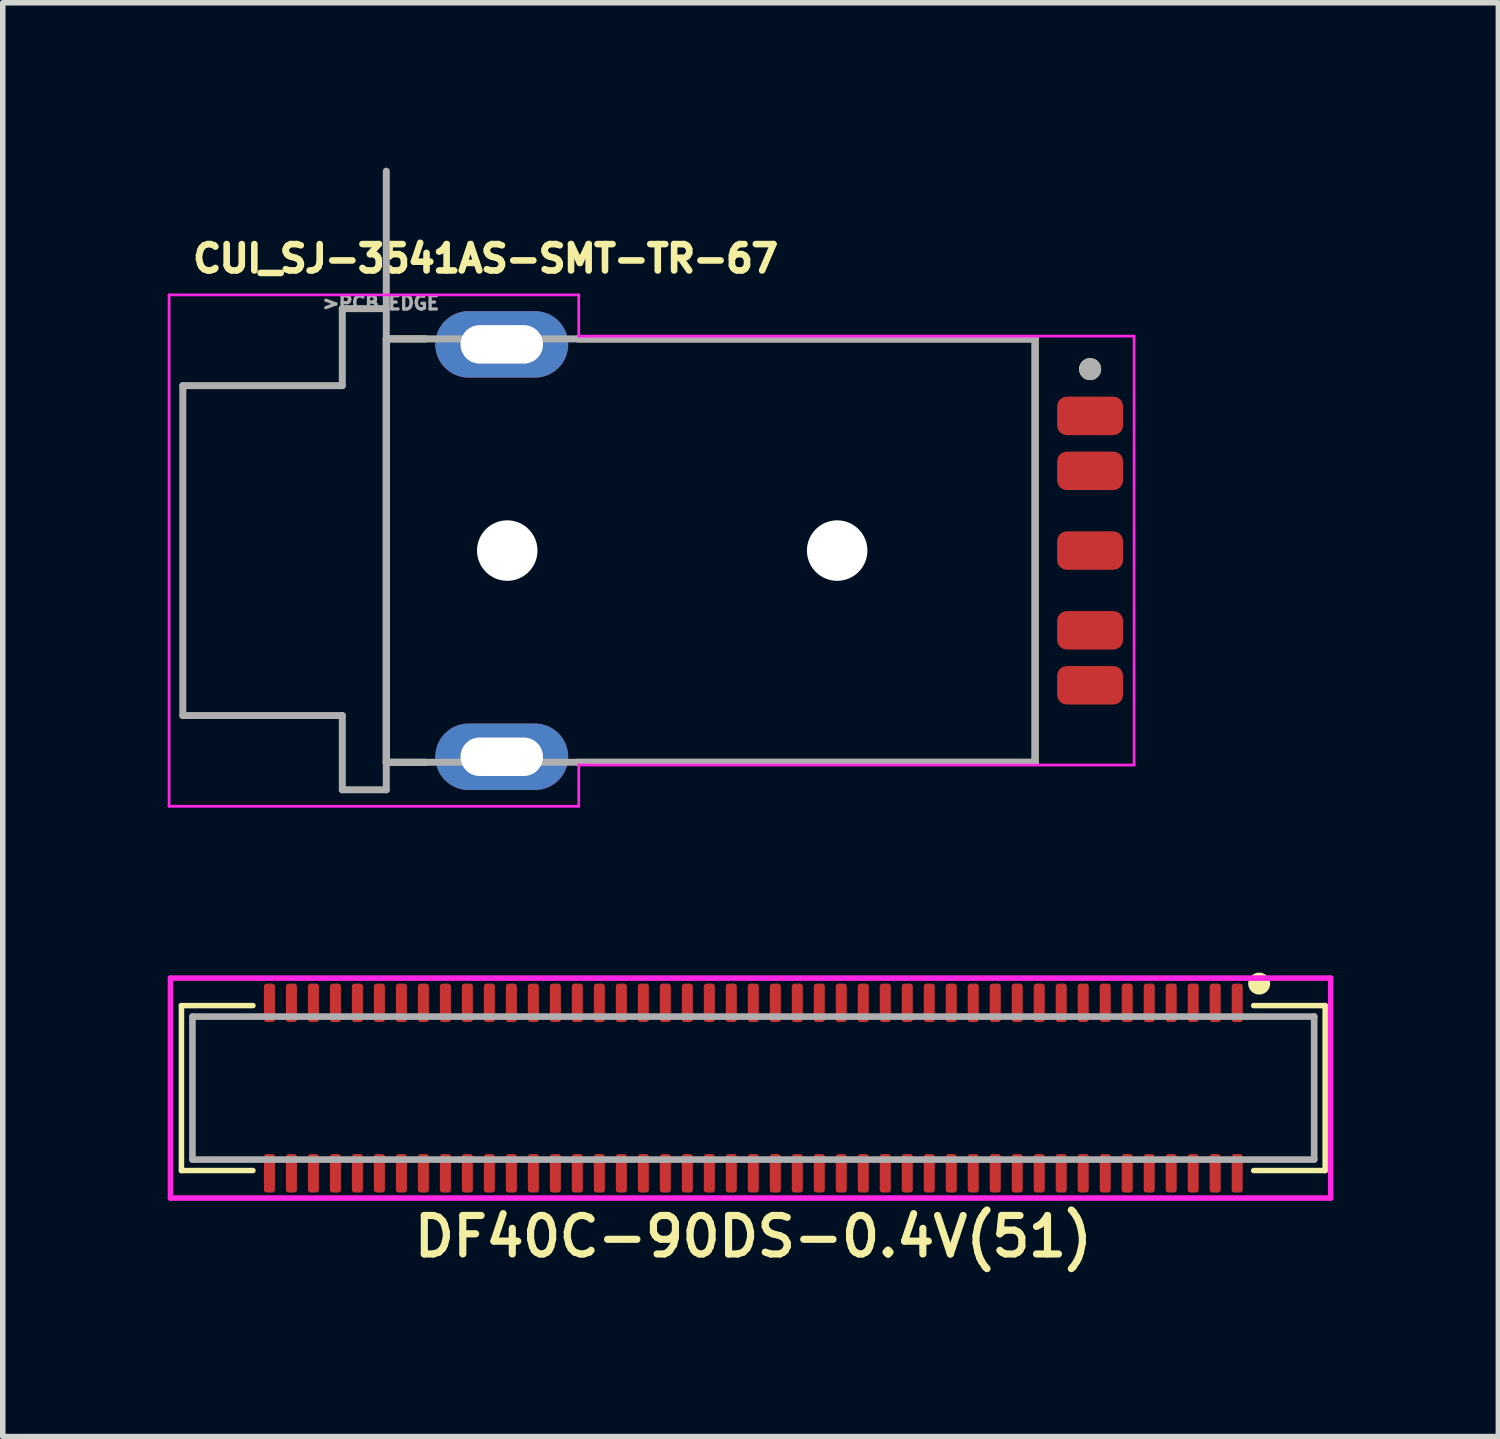
<source format=kicad_pcb>
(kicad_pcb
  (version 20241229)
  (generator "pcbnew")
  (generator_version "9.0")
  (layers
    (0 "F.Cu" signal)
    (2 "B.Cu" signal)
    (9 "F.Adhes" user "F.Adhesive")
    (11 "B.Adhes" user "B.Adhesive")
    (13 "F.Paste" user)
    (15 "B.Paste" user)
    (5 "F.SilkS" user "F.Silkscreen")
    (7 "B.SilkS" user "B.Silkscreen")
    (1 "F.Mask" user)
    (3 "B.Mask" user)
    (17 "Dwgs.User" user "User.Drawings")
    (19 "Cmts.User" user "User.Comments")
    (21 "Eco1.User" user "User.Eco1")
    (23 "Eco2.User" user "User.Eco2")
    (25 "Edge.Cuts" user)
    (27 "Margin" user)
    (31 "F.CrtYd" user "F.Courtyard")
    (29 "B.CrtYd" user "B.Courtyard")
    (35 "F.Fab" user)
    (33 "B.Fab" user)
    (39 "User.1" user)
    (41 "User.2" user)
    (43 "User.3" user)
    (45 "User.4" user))
  (footprint "CUI_SJ-3541AS-SMT-TR-67"
    (layer "F.Cu")
    (at 3.975 6.963)
    (property "Reference" "CUI_SJ-3541AS-SMT-TR-67" (at 1.806 -5.31 0) (layer "F.SilkS") (effects (font (size 0.48 0.48) (thickness 0.15))))
    (attr through_hole)
    (fp_line (start 0 -3.85) (end 0 3.85) (stroke (width 0.127) (type solid)) (layer "F.SilkS"))
    (fp_line (start 0 -3.85) (end 0.72 -3.85) (stroke (width 0.127) (type solid)) (layer "F.SilkS"))
    (fp_line (start 0 3.85) (end 0.72 3.85) (stroke (width 0.127) (type solid)) (layer "F.SilkS"))
    (fp_line (start 3.48 -3.85) (end 11.8 -3.85) (stroke (width 0.127) (type solid)) (layer "F.SilkS"))
    (fp_line (start 11.8 -3.85) (end 11.8 3.85) (stroke (width 0.127) (type solid)) (layer "F.SilkS"))
    (fp_line (start 11.8 3.85) (end 3.48 3.85) (stroke (width 0.127) (type solid)) (layer "F.SilkS"))
    (fp_circle (center 12.8 -3.3) (end 12.9 -3.3) (stroke (width 0.2) (type solid)) (fill no) (layer "F.SilkS"))
    (fp_line (start -3.95 -4.65) (end 3.5 -4.65) (stroke (width 0.05) (type solid)) (layer "F.CrtYd"))
    (fp_line (start -3.95 4.65) (end -3.95 -4.65) (stroke (width 0.05) (type solid)) (layer "F.CrtYd"))
    (fp_line (start 3.5 -4.65) (end 3.5 -3.9) (stroke (width 0.05) (type solid)) (layer "F.CrtYd"))
    (fp_line (start 3.5 -3.9) (end 13.6 -3.9) (stroke (width 0.05) (type solid)) (layer "F.CrtYd"))
    (fp_line (start 3.5 3.9) (end 3.5 4.65) (stroke (width 0.05) (type solid)) (layer "F.CrtYd"))
    (fp_line (start 3.5 4.65) (end -3.95 4.65) (stroke (width 0.05) (type solid)) (layer "F.CrtYd"))
    (fp_line (start 13.6 -3.9) (end 13.6 3.9) (stroke (width 0.05) (type solid)) (layer "F.CrtYd"))
    (fp_line (start 13.6 3.9) (end 3.5 3.9) (stroke (width 0.05) (type solid)) (layer "F.CrtYd"))
    (fp_line (start -3.7 -3) (end -0.8 -3) (stroke (width 0.127) (type solid)) (layer "F.Fab"))
    (fp_line (start -3.7 3) (end -3.7 -3) (stroke (width 0.127) (type solid)) (layer "F.Fab"))
    (fp_line (start -0.8 -4.4) (end 0 -4.4) (stroke (width 0.127) (type solid)) (layer "F.Fab"))
    (fp_line (start -0.8 -3) (end -0.8 -4.4) (stroke (width 0.127) (type solid)) (layer "F.Fab"))
    (fp_line (start -0.8 3) (end -3.7 3) (stroke (width 0.127) (type solid)) (layer "F.Fab"))
    (fp_line (start -0.8 4.35) (end -0.8 3) (stroke (width 0.127) (type solid)) (layer "F.Fab"))
    (fp_line (start 0 -4.4) (end 0 -6.9) (stroke (width 0.127) (type solid)) (layer "F.Fab"))
    (fp_line (start 0 -4.4) (end 0 -3.85) (stroke (width 0.127) (type solid)) (layer "F.Fab"))
    (fp_line (start 0 -3.85) (end 11.8 -3.85) (stroke (width 0.127) (type solid)) (layer "F.Fab"))
    (fp_line (start 0 3.85) (end 0 -3.85) (stroke (width 0.127) (type solid)) (layer "F.Fab"))
    (fp_line (start 0 4.35) (end -0.8 4.35) (stroke (width 0.127) (type solid)) (layer "F.Fab"))
    (fp_line (start 0 4.35) (end 0 3.85) (stroke (width 0.127) (type solid)) (layer "F.Fab"))
    (fp_line (start 11.8 -3.85) (end 11.8 3.85) (stroke (width 0.127) (type solid)) (layer "F.Fab"))
    (fp_line (start 11.8 3.85) (end 0 3.85) (stroke (width 0.127) (type solid)) (layer "F.Fab"))
    (fp_circle (center 12.8 -3.3) (end 12.9 -3.3) (stroke (width 0.2) (type solid)) (fill no) (layer "F.Fab"))
    (fp_text user ">PCB EDGE" (at -0.1 -4.502 0) (layer "F.Fab") (effects (font (size 0.24 0.24) (thickness 0.15))))
    (pad "" np_thru_hole circle (at 2.2 0) (size 1.1 1.1) (drill 1.1) (layers "*.Cu" "*.Mask"))
    (pad "" np_thru_hole circle (at 8.2 0) (size 1.1 1.1) (drill 1.1) (layers "*.Cu" "*.Mask"))
    (pad "1" smd roundrect (at 12.8 -2.45) (size 1.2 0.7) (layers "F.Cu" "F.Mask" "F.Paste") (roundrect_rratio 0.25))
    (pad "2" smd roundrect (at 12.8 1.45) (size 1.2 0.7) (layers "F.Cu" "F.Mask" "F.Paste") (roundrect_rratio 0.25))
    (pad "3" smd roundrect (at 12.8 0) (size 1.2 0.7) (layers "F.Cu" "F.Mask" "F.Paste") (roundrect_rratio 0.25))
    (pad "4" smd roundrect (at 12.8 2.45) (size 1.2 0.7) (layers "F.Cu" "F.Mask" "F.Paste") (roundrect_rratio 0.25))
    (pad "5" smd roundrect (at 12.8 -1.45) (size 1.2 0.7) (layers "F.Cu" "F.Mask" "F.Paste") (roundrect_rratio 0.25))
    (pad "S1" thru_hole oval (at 2.1 -3.75) (size 2.416 1.208) (drill oval 1.5 0.7) (layers "*.Cu" "*.Mask" "F.Paste"))
    (pad "S2" thru_hole oval (at 2.1 3.75) (size 2.416 1.208) (drill oval 1.5 0.7) (layers "*.Cu" "*.Mask" "F.Paste")))
  (footprint "DF40C-90DS-0.4V(51)"
    (layer "F.Cu")
    (at 10.65 16.738)
    (property "Reference" "DF40C-90DS-0.4V(51)" (at 0 2.7 0) (layer "F.SilkS") (effects (font (size 0.7 0.7) (thickness 0.13))))
    (attr through_hole)
    (fp_line (start -10.4 -1.5) (end -10.4 1.5) (stroke (width 0.1) (type solid)) (layer "F.SilkS"))
    (fp_line (start -10.4 1.5) (end -9.1 1.5) (stroke (width 0.1) (type solid)) (layer "F.SilkS"))
    (fp_line (start -9.1 -1.5) (end -10.4 -1.5) (stroke (width 0.1) (type solid)) (layer "F.SilkS"))
    (fp_line (start 9.1 1.5) (end 10.4 1.5) (stroke (width 0.1) (type solid)) (layer "F.SilkS"))
    (fp_line (start 10.4 -1.5) (end 9.1 -1.5) (stroke (width 0.1) (type solid)) (layer "F.SilkS"))
    (fp_line (start 10.4 1.5) (end 10.4 -1.5) (stroke (width 0.1) (type solid)) (layer "F.SilkS"))
    (fp_circle (center 9.2 -1.9) (end 9.3 -1.9) (stroke (width 0.2) (type solid)) (fill no) (layer "F.SilkS"))
    (fp_line (start -10.6 -2) (end 10.5 -2) (stroke (width 0.1) (type solid)) (layer "F.CrtYd"))
    (fp_line (start -10.6 2) (end -10.6 -2) (stroke (width 0.1) (type solid)) (layer "F.CrtYd"))
    (fp_line (start 10.5 -2) (end 10.5 2) (stroke (width 0.1) (type solid)) (layer "F.CrtYd"))
    (fp_line (start 10.5 2) (end -10.6 2) (stroke (width 0.1) (type solid)) (layer "F.CrtYd"))
    (fp_line (start -10.2 -1.3) (end -10.2 1.3) (stroke (width 0.12) (type solid)) (layer "F.Fab"))
    (fp_line (start -10.2 1.3) (end 10.2 1.3) (stroke (width 0.12) (type solid)) (layer "F.Fab"))
    (fp_line (start 10.2 -1.3) (end -10.2 -1.3) (stroke (width 0.12) (type solid)) (layer "F.Fab"))
    (fp_line (start 10.2 1.3) (end 10.2 -1.3) (stroke (width 0.12) (type solid)) (layer "F.Fab"))
    (pad "1" smd roundrect (at 8.8 -1.55 180) (size 0.2 0.7) (layers "F.Cu" "F.Mask" "F.Paste") (roundrect_rratio 0.25))
    (pad "2" smd roundrect (at 8.8 1.55 180) (size 0.2 0.7) (layers "F.Cu" "F.Mask" "F.Paste") (roundrect_rratio 0.25))
    (pad "3" smd roundrect (at 8.4 -1.55 180) (size 0.2 0.7) (layers "F.Cu" "F.Mask" "F.Paste") (roundrect_rratio 0.25))
    (pad "4" smd roundrect (at 8.4 1.55 180) (size 0.2 0.7) (layers "F.Cu" "F.Mask" "F.Paste") (roundrect_rratio 0.25))
    (pad "5" smd roundrect (at 8 -1.55 180) (size 0.2 0.7) (layers "F.Cu" "F.Mask" "F.Paste") (roundrect_rratio 0.25))
    (pad "6" smd roundrect (at 8 1.55 180) (size 0.2 0.7) (layers "F.Cu" "F.Mask" "F.Paste") (roundrect_rratio 0.25))
    (pad "7" smd roundrect (at 7.6 -1.55 180) (size 0.2 0.7) (layers "F.Cu" "F.Mask" "F.Paste") (roundrect_rratio 0.25))
    (pad "8" smd roundrect (at 7.6 1.55 180) (size 0.2 0.7) (layers "F.Cu" "F.Mask" "F.Paste") (roundrect_rratio 0.25))
    (pad "9" smd roundrect (at 7.2 -1.55 180) (size 0.2 0.7) (layers "F.Cu" "F.Mask" "F.Paste") (roundrect_rratio 0.25))
    (pad "10" smd roundrect (at 7.2 1.55 180) (size 0.2 0.7) (layers "F.Cu" "F.Mask" "F.Paste") (roundrect_rratio 0.25))
    (pad "11" smd roundrect (at 6.8 -1.55 180) (size 0.2 0.7) (layers "F.Cu" "F.Mask" "F.Paste") (roundrect_rratio 0.25))
    (pad "12" smd roundrect (at 6.8 1.55 180) (size 0.2 0.7) (layers "F.Cu" "F.Mask" "F.Paste") (roundrect_rratio 0.25))
    (pad "13" smd roundrect (at 6.4 -1.55 180) (size 0.2 0.7) (layers "F.Cu" "F.Mask" "F.Paste") (roundrect_rratio 0.25))
    (pad "14" smd roundrect (at 6.4 1.55 180) (size 0.2 0.7) (layers "F.Cu" "F.Mask" "F.Paste") (roundrect_rratio 0.25))
    (pad "15" smd roundrect (at 6 -1.55 180) (size 0.2 0.7) (layers "F.Cu" "F.Mask" "F.Paste") (roundrect_rratio 0.25))
    (pad "16" smd roundrect (at 6 1.55 180) (size 0.2 0.7) (layers "F.Cu" "F.Mask" "F.Paste") (roundrect_rratio 0.25))
    (pad "17" smd roundrect (at 5.6 -1.55 180) (size 0.2 0.7) (layers "F.Cu" "F.Mask" "F.Paste") (roundrect_rratio 0.25))
    (pad "18" smd roundrect (at 5.6 1.55 180) (size 0.2 0.7) (layers "F.Cu" "F.Mask" "F.Paste") (roundrect_rratio 0.25))
    (pad "19" smd roundrect (at 5.2 -1.55 180) (size 0.2 0.7) (layers "F.Cu" "F.Mask" "F.Paste") (roundrect_rratio 0.25))
    (pad "20" smd roundrect (at 5.2 1.55 180) (size 0.2 0.7) (layers "F.Cu" "F.Mask" "F.Paste") (roundrect_rratio 0.25))
    (pad "21" smd roundrect (at 4.8 -1.55 180) (size 0.2 0.7) (layers "F.Cu" "F.Mask" "F.Paste") (roundrect_rratio 0.25))
    (pad "22" smd roundrect (at 4.8 1.55 180) (size 0.2 0.7) (layers "F.Cu" "F.Mask" "F.Paste") (roundrect_rratio 0.25))
    (pad "23" smd roundrect (at 4.4 -1.55 180) (size 0.2 0.7) (layers "F.Cu" "F.Mask" "F.Paste") (roundrect_rratio 0.25))
    (pad "24" smd roundrect (at 4.4 1.55 180) (size 0.2 0.7) (layers "F.Cu" "F.Mask" "F.Paste") (roundrect_rratio 0.25))
    (pad "25" smd roundrect (at 4 -1.55 180) (size 0.2 0.7) (layers "F.Cu" "F.Mask" "F.Paste") (roundrect_rratio 0.25))
    (pad "26" smd roundrect (at 4 1.55 180) (size 0.2 0.7) (layers "F.Cu" "F.Mask" "F.Paste") (roundrect_rratio 0.25))
    (pad "27" smd roundrect (at 3.6 -1.55 180) (size 0.2 0.7) (layers "F.Cu" "F.Mask" "F.Paste") (roundrect_rratio 0.25))
    (pad "28" smd roundrect (at 3.6 1.55 180) (size 0.2 0.7) (layers "F.Cu" "F.Mask" "F.Paste") (roundrect_rratio 0.25))
    (pad "29" smd roundrect (at 3.2 -1.55 180) (size 0.2 0.7) (layers "F.Cu" "F.Mask" "F.Paste") (roundrect_rratio 0.25))
    (pad "30" smd roundrect (at 3.2 1.55 180) (size 0.2 0.7) (layers "F.Cu" "F.Mask" "F.Paste") (roundrect_rratio 0.25))
    (pad "31" smd roundrect (at 2.8 -1.55 180) (size 0.2 0.7) (layers "F.Cu" "F.Mask" "F.Paste") (roundrect_rratio 0.25))
    (pad "32" smd roundrect (at 2.8 1.55 180) (size 0.2 0.7) (layers "F.Cu" "F.Mask" "F.Paste") (roundrect_rratio 0.25))
    (pad "33" smd roundrect (at 2.4 -1.55 180) (size 0.2 0.7) (layers "F.Cu" "F.Mask" "F.Paste") (roundrect_rratio 0.25))
    (pad "34" smd roundrect (at 2.4 1.55 180) (size 0.2 0.7) (layers "F.Cu" "F.Mask" "F.Paste") (roundrect_rratio 0.25))
    (pad "35" smd roundrect (at 2 -1.55 180) (size 0.2 0.7) (layers "F.Cu" "F.Mask" "F.Paste") (roundrect_rratio 0.25))
    (pad "36" smd roundrect (at 2 1.55 180) (size 0.2 0.7) (layers "F.Cu" "F.Mask" "F.Paste") (roundrect_rratio 0.25))
    (pad "37" smd roundrect (at 1.6 -1.55 180) (size 0.2 0.7) (layers "F.Cu" "F.Mask" "F.Paste") (roundrect_rratio 0.25))
    (pad "38" smd roundrect (at 1.6 1.55 180) (size 0.2 0.7) (layers "F.Cu" "F.Mask" "F.Paste") (roundrect_rratio 0.25))
    (pad "39" smd roundrect (at 1.2 -1.55 180) (size 0.2 0.7) (layers "F.Cu" "F.Mask" "F.Paste") (roundrect_rratio 0.25))
    (pad "40" smd roundrect (at 1.2 1.55 180) (size 0.2 0.7) (layers "F.Cu" "F.Mask" "F.Paste") (roundrect_rratio 0.25))
    (pad "41" smd roundrect (at 0.8 -1.55 180) (size 0.2 0.7) (layers "F.Cu" "F.Mask" "F.Paste") (roundrect_rratio 0.25))
    (pad "42" smd roundrect (at 0.8 1.55 180) (size 0.2 0.7) (layers "F.Cu" "F.Mask" "F.Paste") (roundrect_rratio 0.25))
    (pad "43" smd roundrect (at 0.4 -1.55 180) (size 0.2 0.7) (layers "F.Cu" "F.Mask" "F.Paste") (roundrect_rratio 0.25))
    (pad "44" smd roundrect (at 0.4 1.55 180) (size 0.2 0.7) (layers "F.Cu" "F.Mask" "F.Paste") (roundrect_rratio 0.25))
    (pad "45" smd roundrect (at 0 -1.55 180) (size 0.2 0.7) (layers "F.Cu" "F.Mask" "F.Paste") (roundrect_rratio 0.25))
    (pad "46" smd roundrect (at 0 1.55 180) (size 0.2 0.7) (layers "F.Cu" "F.Mask" "F.Paste") (roundrect_rratio 0.25))
    (pad "47" smd roundrect (at -0.4 -1.55 180) (size 0.2 0.7) (layers "F.Cu" "F.Mask" "F.Paste") (roundrect_rratio 0.25))
    (pad "48" smd roundrect (at -0.4 1.55 180) (size 0.2 0.7) (layers "F.Cu" "F.Mask" "F.Paste") (roundrect_rratio 0.25))
    (pad "49" smd roundrect (at -0.8 -1.55 180) (size 0.2 0.7) (layers "F.Cu" "F.Mask" "F.Paste") (roundrect_rratio 0.25))
    (pad "50" smd roundrect (at -0.8 1.55 180) (size 0.2 0.7) (layers "F.Cu" "F.Mask" "F.Paste") (roundrect_rratio 0.25))
    (pad "51" smd roundrect (at -1.2 -1.55 180) (size 0.2 0.7) (layers "F.Cu" "F.Mask" "F.Paste") (roundrect_rratio 0.25))
    (pad "52" smd roundrect (at -1.2 1.55 180) (size 0.2 0.7) (layers "F.Cu" "F.Mask" "F.Paste") (roundrect_rratio 0.25))
    (pad "53" smd roundrect (at -1.6 -1.55 180) (size 0.2 0.7) (layers "F.Cu" "F.Mask" "F.Paste") (roundrect_rratio 0.25))
    (pad "54" smd roundrect (at -1.6 1.55 180) (size 0.2 0.7) (layers "F.Cu" "F.Mask" "F.Paste") (roundrect_rratio 0.25))
    (pad "55" smd roundrect (at -2 -1.55 180) (size 0.2 0.7) (layers "F.Cu" "F.Mask" "F.Paste") (roundrect_rratio 0.25))
    (pad "56" smd roundrect (at -2 1.55 180) (size 0.2 0.7) (layers "F.Cu" "F.Mask" "F.Paste") (roundrect_rratio 0.25))
    (pad "57" smd roundrect (at -2.4 -1.55 180) (size 0.2 0.7) (layers "F.Cu" "F.Mask" "F.Paste") (roundrect_rratio 0.25))
    (pad "58" smd roundrect (at -2.4 1.55 180) (size 0.2 0.7) (layers "F.Cu" "F.Mask" "F.Paste") (roundrect_rratio 0.25))
    (pad "59" smd roundrect (at -2.8 -1.55 180) (size 0.2 0.7) (layers "F.Cu" "F.Mask" "F.Paste") (roundrect_rratio 0.25))
    (pad "60" smd roundrect (at -2.8 1.55 180) (size 0.2 0.7) (layers "F.Cu" "F.Mask" "F.Paste") (roundrect_rratio 0.25))
    (pad "61" smd roundrect (at -3.2 -1.55 180) (size 0.2 0.7) (layers "F.Cu" "F.Mask" "F.Paste") (roundrect_rratio 0.25))
    (pad "62" smd roundrect (at -3.2 1.55 180) (size 0.2 0.7) (layers "F.Cu" "F.Mask" "F.Paste") (roundrect_rratio 0.25))
    (pad "63" smd roundrect (at -3.6 -1.55 180) (size 0.2 0.7) (layers "F.Cu" "F.Mask" "F.Paste") (roundrect_rratio 0.25))
    (pad "64" smd roundrect (at -3.6 1.55 180) (size 0.2 0.7) (layers "F.Cu" "F.Mask" "F.Paste") (roundrect_rratio 0.25))
    (pad "65" smd roundrect (at -4 -1.55 180) (size 0.2 0.7) (layers "F.Cu" "F.Mask" "F.Paste") (roundrect_rratio 0.25))
    (pad "66" smd roundrect (at -4 1.55 180) (size 0.2 0.7) (layers "F.Cu" "F.Mask" "F.Paste") (roundrect_rratio 0.25))
    (pad "67" smd roundrect (at -4.4 -1.55 180) (size 0.2 0.7) (layers "F.Cu" "F.Mask" "F.Paste") (roundrect_rratio 0.25))
    (pad "68" smd roundrect (at -4.4 1.55 180) (size 0.2 0.7) (layers "F.Cu" "F.Mask" "F.Paste") (roundrect_rratio 0.25))
    (pad "69" smd roundrect (at -4.8 -1.55 180) (size 0.2 0.7) (layers "F.Cu" "F.Mask" "F.Paste") (roundrect_rratio 0.25))
    (pad "70" smd roundrect (at -4.8 1.55 180) (size 0.2 0.7) (layers "F.Cu" "F.Mask" "F.Paste") (roundrect_rratio 0.25))
    (pad "71" smd roundrect (at -5.2 -1.55 180) (size 0.2 0.7) (layers "F.Cu" "F.Mask" "F.Paste") (roundrect_rratio 0.25))
    (pad "72" smd roundrect (at -5.2 1.55 180) (size 0.2 0.7) (layers "F.Cu" "F.Mask" "F.Paste") (roundrect_rratio 0.25))
    (pad "73" smd roundrect (at -5.6 -1.55 180) (size 0.2 0.7) (layers "F.Cu" "F.Mask" "F.Paste") (roundrect_rratio 0.25))
    (pad "74" smd roundrect (at -5.6 1.55 180) (size 0.2 0.7) (layers "F.Cu" "F.Mask" "F.Paste") (roundrect_rratio 0.25))
    (pad "75" smd roundrect (at -6 -1.55 180) (size 0.2 0.7) (layers "F.Cu" "F.Mask" "F.Paste") (roundrect_rratio 0.25))
    (pad "76" smd roundrect (at -6 1.55 180) (size 0.2 0.7) (layers "F.Cu" "F.Mask" "F.Paste") (roundrect_rratio 0.25))
    (pad "77" smd roundrect (at -6.4 -1.55 180) (size 0.2 0.7) (layers "F.Cu" "F.Mask" "F.Paste") (roundrect_rratio 0.25))
    (pad "78" smd roundrect (at -6.4 1.55 180) (size 0.2 0.7) (layers "F.Cu" "F.Mask" "F.Paste") (roundrect_rratio 0.25))
    (pad "79" smd roundrect (at -6.8 -1.55 180) (size 0.2 0.7) (layers "F.Cu" "F.Mask" "F.Paste") (roundrect_rratio 0.25))
    (pad "80" smd roundrect (at -6.8 1.55 180) (size 0.2 0.7) (layers "F.Cu" "F.Mask" "F.Paste") (roundrect_rratio 0.25))
    (pad "81" smd roundrect (at -7.2 -1.55 180) (size 0.2 0.7) (layers "F.Cu" "F.Mask" "F.Paste") (roundrect_rratio 0.25))
    (pad "82" smd roundrect (at -7.2 1.55 180) (size 0.2 0.7) (layers "F.Cu" "F.Mask" "F.Paste") (roundrect_rratio 0.25))
    (pad "83" smd roundrect (at -7.6 -1.55 180) (size 0.2 0.7) (layers "F.Cu" "F.Mask" "F.Paste") (roundrect_rratio 0.25))
    (pad "84" smd roundrect (at -7.6 1.55 180) (size 0.2 0.7) (layers "F.Cu" "F.Mask" "F.Paste") (roundrect_rratio 0.25))
    (pad "85" smd roundrect (at -8 -1.55 180) (size 0.2 0.7) (layers "F.Cu" "F.Mask" "F.Paste") (roundrect_rratio 0.25))
    (pad "86" smd roundrect (at -8 1.55 180) (size 0.2 0.7) (layers "F.Cu" "F.Mask" "F.Paste") (roundrect_rratio 0.25))
    (pad "87" smd roundrect (at -8.4 -1.55 180) (size 0.2 0.7) (layers "F.Cu" "F.Mask" "F.Paste") (roundrect_rratio 0.25))
    (pad "88" smd roundrect (at -8.4 1.55 180) (size 0.2 0.7) (layers "F.Cu" "F.Mask" "F.Paste") (roundrect_rratio 0.25))
    (pad "89" smd roundrect (at -8.8 -1.55 180) (size 0.2 0.7) (layers "F.Cu" "F.Mask" "F.Paste") (roundrect_rratio 0.25))
    (pad "90" smd roundrect (at -8.8 1.55 180) (size 0.2 0.7) (layers "F.Cu" "F.Mask" "F.Paste") (roundrect_rratio 0.25)))
  (gr_rect
    (start -3 -3)
    (end 24.2 23.076)
    (stroke (width 0.1) (type default))
    (fill no)
    (layer "Edge.Cuts")))
</source>
